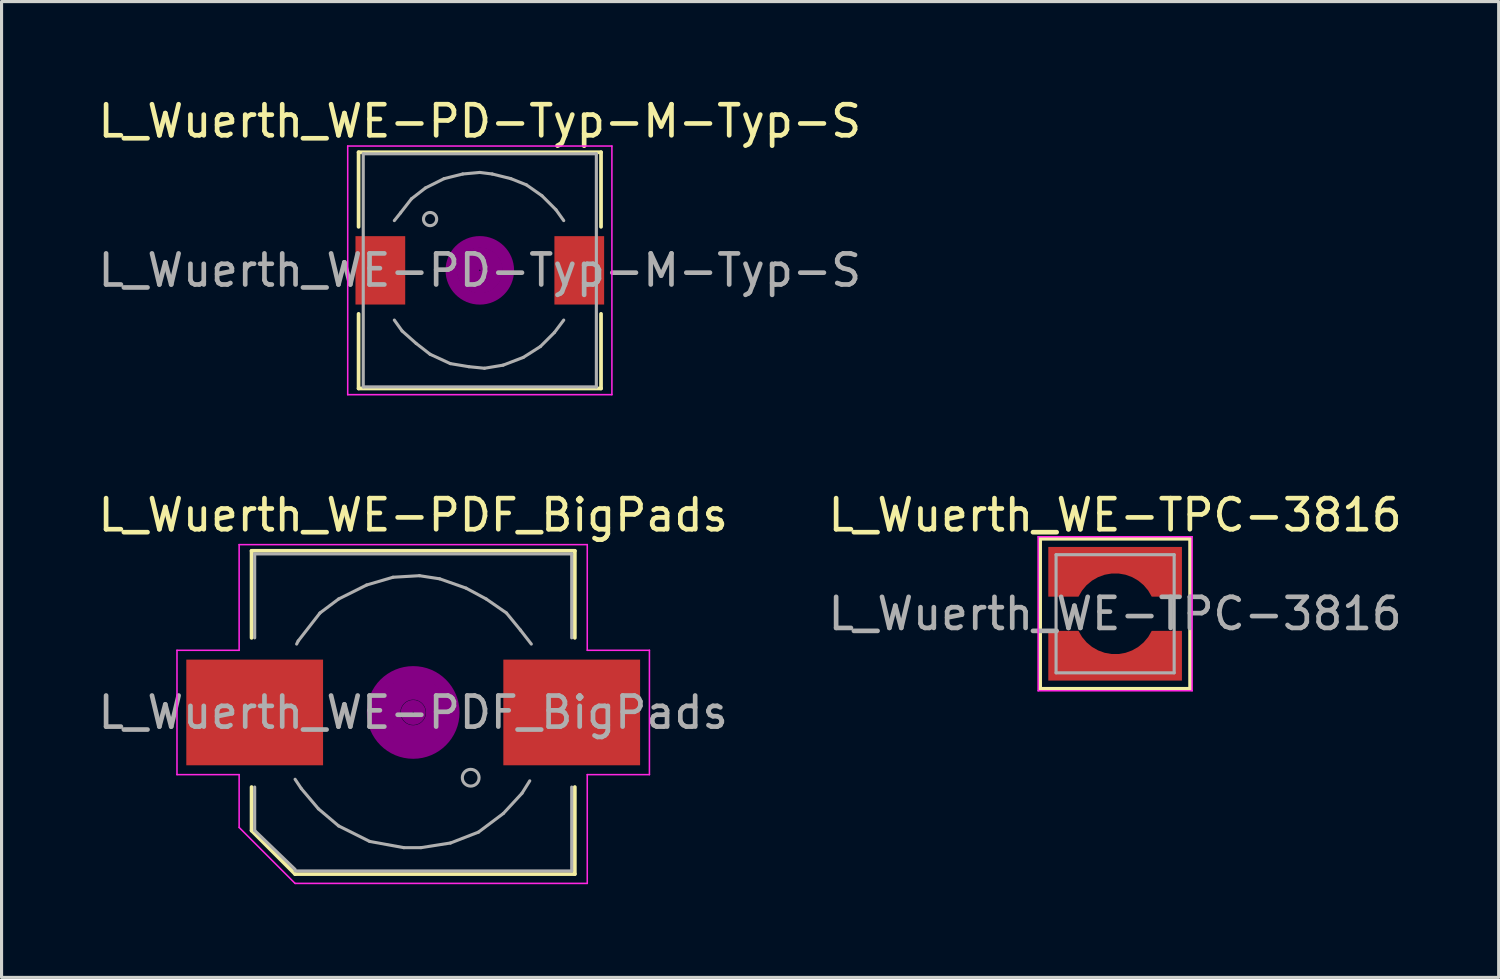
<source format=kicad_pcb>
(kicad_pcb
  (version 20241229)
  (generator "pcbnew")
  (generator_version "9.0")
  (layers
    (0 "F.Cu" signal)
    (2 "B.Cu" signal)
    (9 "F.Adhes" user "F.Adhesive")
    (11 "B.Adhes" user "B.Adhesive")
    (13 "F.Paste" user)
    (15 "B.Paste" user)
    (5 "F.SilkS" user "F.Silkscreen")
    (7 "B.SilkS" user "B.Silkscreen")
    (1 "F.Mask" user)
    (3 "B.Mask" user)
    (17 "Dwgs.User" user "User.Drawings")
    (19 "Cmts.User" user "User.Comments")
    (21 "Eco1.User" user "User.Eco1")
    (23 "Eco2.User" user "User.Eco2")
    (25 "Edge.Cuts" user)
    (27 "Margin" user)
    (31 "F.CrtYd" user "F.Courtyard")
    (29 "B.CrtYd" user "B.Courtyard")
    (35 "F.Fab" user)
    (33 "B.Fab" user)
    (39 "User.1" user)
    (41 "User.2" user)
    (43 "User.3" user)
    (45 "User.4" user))
  (footprint "L_Wuerth_WE-TPC-3816"
    (layer "F.Cu")
    (at 32.827 16.697)
    (property "Reference" "L_Wuerth_WE-TPC-3816" (at 0 -3.175 0) (layer "F.SilkS") (effects (font (size 1 1) (thickness 0.15))))
    (attr smd)
    (fp_line (start -2.413 -2.413) (end 2.413 -2.413) (stroke (width 0.12) (type solid)) (layer "F.SilkS"))
    (fp_line (start -2.413 2.413) (end -2.413 -2.413) (stroke (width 0.12) (type solid)) (layer "F.SilkS"))
    (fp_line (start 2.413 -2.413) (end 2.413 2.413) (stroke (width 0.12) (type solid)) (layer "F.SilkS"))
    (fp_line (start 2.413 2.413) (end -2.413 2.413) (stroke (width 0.12) (type solid)) (layer "F.SilkS"))
    (fp_line (start -2.477 -2.477) (end 2.477 -2.477) (stroke (width 0.05) (type solid)) (layer "F.CrtYd"))
    (fp_line (start -2.477 2.477) (end -2.477 -2.477) (stroke (width 0.05) (type solid)) (layer "F.CrtYd"))
    (fp_line (start 2.477 -2.477) (end 2.477 2.477) (stroke (width 0.05) (type solid)) (layer "F.CrtYd"))
    (fp_line (start 2.477 2.477) (end -2.477 2.477) (stroke (width 0.05) (type solid)) (layer "F.CrtYd"))
    (fp_line (start -1.9 -1.9) (end 1.9 -1.9) (stroke (width 0.1) (type solid)) (layer "F.Fab"))
    (fp_line (start -1.9 1.9) (end -1.9 -1.9) (stroke (width 0.1) (type solid)) (layer "F.Fab"))
    (fp_line (start 1.9 -1.9) (end 1.9 1.9) (stroke (width 0.1) (type solid)) (layer "F.Fab"))
    (fp_line (start 1.9 1.9) (end -1.9 1.9) (stroke (width 0.1) (type solid)) (layer "F.Fab"))
    (fp_text user "${REFERENCE}" (at 0 0 0) (layer "F.Fab") (effects (font (size 1 1) (thickness 0.15))))
    (pad "1" smd custom (at 0 -1.75) (size 0.7 0.7) (layers "F.Cu" "F.Mask" "F.Paste") (options (anchor circle)) (primitives (gr_poly (pts (xy 2.15 1.2) (xy 1.178 1.2) (xy 1.065 1.004) (xy 0.919 0.83) (xy 0.745 0.685) (xy 0.549 0.572) (xy 0.336 0.494) (xy 0.113 0.455) (xy -0.113 0.455) (xy -0.336 0.494) (xy -0.549 0.572) (xy -0.745 0.685) (xy -0.919 0.83) (xy -1.065 1.004) (xy -1.178 1.2) (xy -2.15 1.2) (xy -2.15 -0.4) (xy 2.15 -0.4)) (width 0) (fill yes))))
    (pad "2" smd custom (at 0 1.75) (size 0.7 0.7) (layers "F.Cu" "F.Mask" "F.Paste") (options (anchor circle)) (primitives (gr_poly (pts (xy -1.065 -1.004) (xy -0.919 -0.83) (xy -0.745 -0.685) (xy -0.549 -0.572) (xy -0.336 -0.494) (xy -0.113 -0.455) (xy 0.113 -0.455) (xy 0.336 -0.494) (xy 0.549 -0.572) (xy 0.745 -0.685) (xy 0.919 -0.83) (xy 1.065 -1.004) (xy 1.178 -1.2) (xy 2.15 -1.2) (xy 2.15 0.4) (xy -2.15 0.4) (xy -2.15 -1.2) (xy -1.178 -1.2)) (width 0) (fill yes)))))
  (footprint "L_Wuerth_WE-PDF_BigPads"
    (layer "F.Cu")
    (at 10.244 19.872)
    (property "Reference" "L_Wuerth_WE-PDF_BigPads" (at 0 -6.35 0) (layer "F.SilkS") (effects (font (size 1 1) (thickness 0.15))))
    (attr smd)
    (fp_line (start -5.2 -5.2) (end 5.2 -5.2) (stroke (width 0.12) (type solid)) (layer "F.SilkS"))
    (fp_line (start -5.2 -2.4) (end -5.2 -5.2) (stroke (width 0.12) (type solid)) (layer "F.SilkS"))
    (fp_line (start -5.2 3.8) (end -5.2 2.4) (stroke (width 0.12) (type solid)) (layer "F.SilkS"))
    (fp_line (start -3.8 5.2) (end -5.2 3.8) (stroke (width 0.12) (type solid)) (layer "F.SilkS"))
    (fp_line (start 5.2 -5.2) (end 5.2 -2.4) (stroke (width 0.12) (type solid)) (layer "F.SilkS"))
    (fp_line (start 5.2 2.4) (end 5.2 5.2) (stroke (width 0.12) (type solid)) (layer "F.SilkS"))
    (fp_line (start 5.2 5.2) (end -3.8 5.2) (stroke (width 0.12) (type solid)) (layer "F.SilkS"))
    (fp_circle (center 0 0) (end 0.15 0.15) (stroke (width 0.38) (type solid)) (fill no) (layer "F.Adhes"))
    (fp_circle (center 0 0) (end 0.6 0.05) (stroke (width 0.38) (type solid)) (fill no) (layer "F.Adhes"))
    (fp_circle (center 0 0) (end 0.95 0) (stroke (width 0.38) (type solid)) (fill no) (layer "F.Adhes"))
    (fp_circle (center 0 0) (end 1.3 0.05) (stroke (width 0.38) (type solid)) (fill no) (layer "F.Adhes"))
    (fp_line (start -7.6 -2) (end -5.6 -2) (stroke (width 0.05) (type solid)) (layer "F.CrtYd"))
    (fp_line (start -7.6 2) (end -7.6 -2) (stroke (width 0.05) (type solid)) (layer "F.CrtYd"))
    (fp_line (start -5.6 -5.4) (end 5.6 -5.4) (stroke (width 0.05) (type solid)) (layer "F.CrtYd"))
    (fp_line (start -5.6 -2) (end -5.6 -5.4) (stroke (width 0.05) (type solid)) (layer "F.CrtYd"))
    (fp_line (start -5.6 2) (end -7.6 2) (stroke (width 0.05) (type solid)) (layer "F.CrtYd"))
    (fp_line (start -5.6 3.7) (end -5.6 2) (stroke (width 0.05) (type solid)) (layer "F.CrtYd"))
    (fp_line (start -3.8 5.5) (end -5.6 3.7) (stroke (width 0.05) (type solid)) (layer "F.CrtYd"))
    (fp_line (start 5.6 -5.4) (end 5.6 -2) (stroke (width 0.05) (type solid)) (layer "F.CrtYd"))
    (fp_line (start 5.6 -2) (end 7.6 -2) (stroke (width 0.05) (type solid)) (layer "F.CrtYd"))
    (fp_line (start 5.6 2) (end 5.6 5.5) (stroke (width 0.05) (type solid)) (layer "F.CrtYd"))
    (fp_line (start 5.6 5.5) (end -3.8 5.5) (stroke (width 0.05) (type solid)) (layer "F.CrtYd"))
    (fp_line (start 7.6 -2) (end 7.6 2) (stroke (width 0.05) (type solid)) (layer "F.CrtYd"))
    (fp_line (start 7.6 2) (end 5.6 2) (stroke (width 0.05) (type solid)) (layer "F.CrtYd"))
    (fp_line (start -5.1 -5.1) (end -5.1 -2.4) (stroke (width 0.1) (type solid)) (layer "F.Fab"))
    (fp_line (start -5.1 2.4) (end -5.1 3.8) (stroke (width 0.1) (type solid)) (layer "F.Fab"))
    (fp_line (start -5.1 3.8) (end -3.8 5.05) (stroke (width 0.1) (type solid)) (layer "F.Fab"))
    (fp_line (start -3.8 2.15) (end -3.6 2.45) (stroke (width 0.1) (type solid)) (layer "F.Fab"))
    (fp_line (start -3.7 -2.3) (end -3.75 -2.2) (stroke (width 0.1) (type solid)) (layer "F.Fab"))
    (fp_line (start -3.6 2.45) (end -3.05 3.1) (stroke (width 0.1) (type solid)) (layer "F.Fab"))
    (fp_line (start -3.05 3.1) (end -2.4 3.65) (stroke (width 0.1) (type solid)) (layer "F.Fab"))
    (fp_line (start -3 -3.2) (end -3.7 -2.3) (stroke (width 0.1) (type solid)) (layer "F.Fab"))
    (fp_line (start -2.4 -3.65) (end -3 -3.2) (stroke (width 0.1) (type solid)) (layer "F.Fab"))
    (fp_line (start -2.4 3.65) (end -1.4 4.15) (stroke (width 0.1) (type solid)) (layer "F.Fab"))
    (fp_line (start -1.5 -4.1) (end -2.4 -3.65) (stroke (width 0.1) (type solid)) (layer "F.Fab"))
    (fp_line (start -1.4 4.15) (end -0.3 4.35) (stroke (width 0.1) (type solid)) (layer "F.Fab"))
    (fp_line (start -0.65 -4.35) (end -1.5 -4.1) (stroke (width 0.1) (type solid)) (layer "F.Fab"))
    (fp_line (start -0.3 4.35) (end 0.25 4.35) (stroke (width 0.1) (type solid)) (layer "F.Fab"))
    (fp_line (start 0.2 -4.4) (end -0.65 -4.35) (stroke (width 0.1) (type solid)) (layer "F.Fab"))
    (fp_line (start 0.25 4.35) (end 1.2 4.2) (stroke (width 0.1) (type solid)) (layer "F.Fab"))
    (fp_line (start 0.85 -4.3) (end 0.2 -4.4) (stroke (width 0.1) (type solid)) (layer "F.Fab"))
    (fp_line (start 1.2 4.2) (end 2.1 3.85) (stroke (width 0.1) (type solid)) (layer "F.Fab"))
    (fp_line (start 1.7 -4) (end 0.85 -4.3) (stroke (width 0.1) (type solid)) (layer "F.Fab"))
    (fp_line (start 2.1 3.85) (end 2.9 3.25) (stroke (width 0.1) (type solid)) (layer "F.Fab"))
    (fp_line (start 2.35 -3.65) (end 1.7 -4) (stroke (width 0.1) (type solid)) (layer "F.Fab"))
    (fp_line (start 2.9 3.25) (end 3.5 2.6) (stroke (width 0.1) (type solid)) (layer "F.Fab"))
    (fp_line (start 3 -3.2) (end 2.35 -3.65) (stroke (width 0.1) (type solid)) (layer "F.Fab"))
    (fp_line (start 3.45 -2.65) (end 3 -3.2) (stroke (width 0.1) (type solid)) (layer "F.Fab"))
    (fp_line (start 3.5 2.6) (end 3.75 2.2) (stroke (width 0.1) (type solid)) (layer "F.Fab"))
    (fp_line (start 3.8 -2.2) (end 3.45 -2.65) (stroke (width 0.1) (type solid)) (layer "F.Fab"))
    (fp_line (start 5.1 -5.1) (end -5.1 -5.1) (stroke (width 0.1) (type solid)) (layer "F.Fab"))
    (fp_line (start 5.1 -5.1) (end 5.1 -2.4) (stroke (width 0.1) (type solid)) (layer "F.Fab"))
    (fp_line (start 5.1 5.1) (end -3.8 5.1) (stroke (width 0.1) (type solid)) (layer "F.Fab"))
    (fp_line (start 5.1 5.1) (end 5.1 2.4) (stroke (width 0.1) (type solid)) (layer "F.Fab"))
    (fp_circle (center 1.85 2.1) (end 2.1 2.2) (stroke (width 0.1) (type solid)) (fill no) (layer "F.Fab"))
    (fp_text user "${REFERENCE}" (at 0 0 0) (layer "F.Fab") (effects (font (size 1 1) (thickness 0.15))))
    (pad "1" smd rect (at -5.1 0) (size 4.4 3.4) (layers "F.Cu" "F.Mask" "F.Paste"))
    (pad "2" smd rect (at 5.1 0) (size 4.4 3.4) (layers "F.Cu" "F.Mask" "F.Paste")))
  (footprint "L_Wuerth_WE-PD-Typ-M-Typ-S"
    (layer "F.Cu")
    (at 12.387 5.648)
    (property "Reference" "L_Wuerth_WE-PD-Typ-M-Typ-S" (at 0 -4.8 0) (layer "F.SilkS") (effects (font (size 1 1) (thickness 0.15))))
    (attr smd)
    (fp_line (start -3.9 -1.4) (end -3.9 -3.8) (stroke (width 0.12) (type solid)) (layer "F.SilkS"))
    (fp_line (start -3.9 1.4) (end -3.9 3.8) (stroke (width 0.12) (type solid)) (layer "F.SilkS"))
    (fp_line (start -3.9 3.8) (end 3.9 3.8) (stroke (width 0.12) (type solid)) (layer "F.SilkS"))
    (fp_line (start 3.9 -3.8) (end -3.9 -3.8) (stroke (width 0.12) (type solid)) (layer "F.SilkS"))
    (fp_line (start 3.9 -1.4) (end 3.9 -3.8) (stroke (width 0.12) (type solid)) (layer "F.SilkS"))
    (fp_line (start 3.9 3.8) (end 3.9 1.4) (stroke (width 0.12) (type solid)) (layer "F.SilkS"))
    (fp_circle (center 0 0) (end 0.15 0.15) (stroke (width 0.38) (type solid)) (fill no) (layer "F.Adhes"))
    (fp_circle (center 0 0) (end 0.55 0.05) (stroke (width 0.38) (type solid)) (fill no) (layer "F.Adhes"))
    (fp_circle (center 0 0) (end 0.9 0.15) (stroke (width 0.38) (type solid)) (fill no) (layer "F.Adhes"))
    (fp_line (start -4.25 -4) (end 4.25 -4) (stroke (width 0.05) (type solid)) (layer "F.CrtYd"))
    (fp_line (start -4.25 4) (end -4.25 -4) (stroke (width 0.05) (type solid)) (layer "F.CrtYd"))
    (fp_line (start 4.25 -4) (end 4.25 4) (stroke (width 0.05) (type solid)) (layer "F.CrtYd"))
    (fp_line (start 4.25 4) (end -4.25 4) (stroke (width 0.05) (type solid)) (layer "F.CrtYd"))
    (fp_line (start -3.75 -3.75) (end -3.75 3.75) (stroke (width 0.1) (type solid)) (layer "F.Fab"))
    (fp_line (start -3.75 3.75) (end 3.75 3.75) (stroke (width 0.1) (type solid)) (layer "F.Fab"))
    (fp_line (start -2.75 1.6) (end -2.5 1.95) (stroke (width 0.1) (type solid)) (layer "F.Fab"))
    (fp_line (start -2.55 -1.85) (end -2.75 -1.6) (stroke (width 0.1) (type solid)) (layer "F.Fab"))
    (fp_line (start -2.5 1.95) (end -2.05 2.35) (stroke (width 0.1) (type solid)) (layer "F.Fab"))
    (fp_line (start -2.2 -2.3) (end -2.55 -1.85) (stroke (width 0.1) (type solid)) (layer "F.Fab"))
    (fp_line (start -2.05 2.35) (end -1.6 2.7) (stroke (width 0.1) (type solid)) (layer "F.Fab"))
    (fp_line (start -1.75 -2.65) (end -2.2 -2.3) (stroke (width 0.1) (type solid)) (layer "F.Fab"))
    (fp_line (start -1.6 2.7) (end -0.95 3) (stroke (width 0.1) (type solid)) (layer "F.Fab"))
    (fp_line (start -1.15 -2.95) (end -1.75 -2.65) (stroke (width 0.1) (type solid)) (layer "F.Fab"))
    (fp_line (start -0.95 3) (end -0.35 3.1) (stroke (width 0.1) (type solid)) (layer "F.Fab"))
    (fp_line (start -0.55 -3.1) (end -1.15 -2.95) (stroke (width 0.1) (type solid)) (layer "F.Fab"))
    (fp_line (start -0.35 3.1) (end 0.15 3.15) (stroke (width 0.1) (type solid)) (layer "F.Fab"))
    (fp_line (start 0 -3.15) (end -0.55 -3.1) (stroke (width 0.1) (type solid)) (layer "F.Fab"))
    (fp_line (start 0.15 3.15) (end 0.75 3.05) (stroke (width 0.1) (type solid)) (layer "F.Fab"))
    (fp_line (start 0.4 -3.1) (end 0 -3.15) (stroke (width 0.1) (type solid)) (layer "F.Fab"))
    (fp_line (start 0.75 3.05) (end 1.4 2.8) (stroke (width 0.1) (type solid)) (layer "F.Fab"))
    (fp_line (start 1 -2.95) (end 0.4 -3.1) (stroke (width 0.1) (type solid)) (layer "F.Fab"))
    (fp_line (start 1.4 2.8) (end 1.95 2.45) (stroke (width 0.1) (type solid)) (layer "F.Fab"))
    (fp_line (start 1.5 -2.75) (end 1 -2.95) (stroke (width 0.1) (type solid)) (layer "F.Fab"))
    (fp_line (start 1.95 2.45) (end 2.4 2) (stroke (width 0.1) (type solid)) (layer "F.Fab"))
    (fp_line (start 2 -2.4) (end 1.5 -2.75) (stroke (width 0.1) (type solid)) (layer "F.Fab"))
    (fp_line (start 2.4 2) (end 2.7 1.6) (stroke (width 0.1) (type solid)) (layer "F.Fab"))
    (fp_line (start 2.45 -1.95) (end 2 -2.4) (stroke (width 0.1) (type solid)) (layer "F.Fab"))
    (fp_line (start 2.7 -1.6) (end 2.45 -1.95) (stroke (width 0.1) (type solid)) (layer "F.Fab"))
    (fp_line (start 3.75 -3.75) (end -3.75 -3.75) (stroke (width 0.1) (type solid)) (layer "F.Fab"))
    (fp_line (start 3.75 3.75) (end 3.75 -3.75) (stroke (width 0.1) (type solid)) (layer "F.Fab"))
    (fp_circle (center -1.6 -1.65) (end -1.45 -1.5) (stroke (width 0.1) (type solid)) (fill no) (layer "F.Fab"))
    (fp_text user "${REFERENCE}" (at 0 0 0) (layer "F.Fab") (effects (font (size 1 1) (thickness 0.15))))
    (pad "1" smd rect (at -3.2 0) (size 1.6 2.2) (layers "F.Cu" "F.Mask" "F.Paste"))
    (pad "2" smd rect (at 3.2 0) (size 1.6 2.2) (layers "F.Cu" "F.Mask" "F.Paste")))
  (gr_rect
    (start -3 -3)
    (end 45.167 28.396)
    (stroke (width 0.1) (type default))
    (fill no)
    (layer "Edge.Cuts")))
</source>
